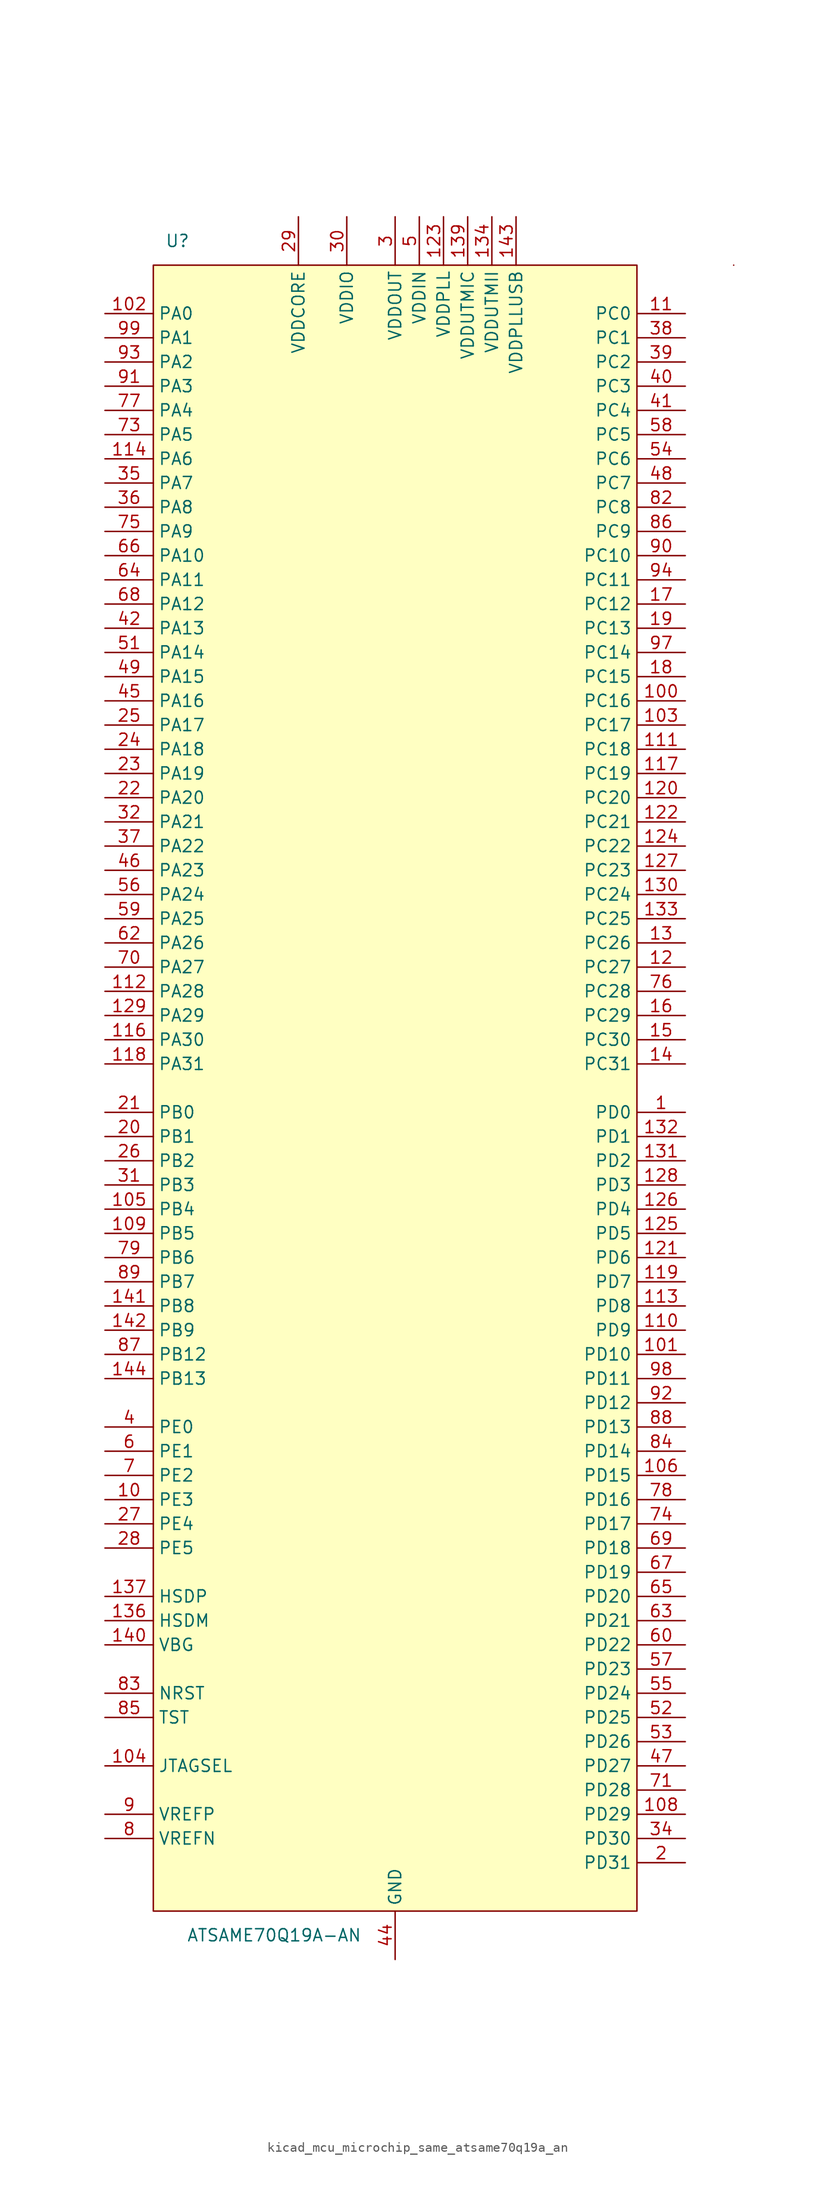
<source format=kicad_sym>
(kicad_symbol_lib
  (version 20220914)
  (generator kicad_symbol_editor)
  (symbol "kicad_mcu_microchip_same_atsame70q19a_an"
    (property "Reference" "U"
      (at -22.86 88.9 0)
      (effects (font (size 1.27 1.27))))
    (property "Value" "ATSAME70Q19A-AN"
      (at -12.7 -88.9 0)
      (effects (font (size 1.27 1.27))))
    (symbol "kicad_mcu_microchip_same_atsame70q19a_an_0_1"
      (rectangle (start 25.4 86.36) (end -25.4 -86.36) (stroke (width 0) (type default)) (fill (type background)))
      (rectangle (start 35.56 86.36) (end 35.56 86.36) (stroke (width 0) (type default)) (fill (type none))))
    (symbol "kicad_mcu_microchip_same_atsame70q19a_an_1_1"
      (pin bidirectional line (at 30.48 -2.54 180) (length 5.08) (name "PD0" (effects (font (size 1.27 1.27)))) (number "1" (effects (font (size 1.27 1.27)))))
      (pin bidirectional line (at -30.48 -43.18 0) (length 5.08) (name "PE3" (effects (font (size 1.27 1.27)))) (number "10" (effects (font (size 1.27 1.27)))))
      (pin bidirectional line (at 30.48 40.64 180) (length 5.08) (name "PC16" (effects (font (size 1.27 1.27)))) (number "100" (effects (font (size 1.27 1.27)))))
      (pin bidirectional line (at 30.48 -27.94 180) (length 5.08) (name "PD10" (effects (font (size 1.27 1.27)))) (number "101" (effects (font (size 1.27 1.27)))))
      (pin bidirectional line (at -30.48 81.28 0) (length 5.08) (name "PA0" (effects (font (size 1.27 1.27)))) (number "102" (effects (font (size 1.27 1.27)))))
      (pin bidirectional line (at 30.48 38.1 180) (length 5.08) (name "PC17" (effects (font (size 1.27 1.27)))) (number "103" (effects (font (size 1.27 1.27)))))
      (pin input line (at -30.48 -71.12 0) (length 5.08) (name "JTAGSEL" (effects (font (size 1.27 1.27)))) (number "104" (effects (font (size 1.27 1.27)))))
      (pin bidirectional line (at -30.48 -12.7 0) (length 5.08) (name "PB4" (effects (font (size 1.27 1.27)))) (number "105" (effects (font (size 1.27 1.27)))))
      (pin bidirectional line (at 30.48 -40.64 180) (length 5.08) (name "PD15" (effects (font (size 1.27 1.27)))) (number "106" (effects (font (size 1.27 1.27)))))
      (pin passive line (at -10.16 91.44 270) (length 5.08) hide (name "VDDCORE" (effects (font (size 1.27 1.27)))) (number "107" (effects (font (size 1.27 1.27)))))
      (pin bidirectional line (at 30.48 -76.2 180) (length 5.08) (name "PD29" (effects (font (size 1.27 1.27)))) (number "108" (effects (font (size 1.27 1.27)))))
      (pin bidirectional line (at -30.48 -15.24 0) (length 5.08) (name "PB5" (effects (font (size 1.27 1.27)))) (number "109" (effects (font (size 1.27 1.27)))))
      (pin bidirectional line (at 30.48 81.28 180) (length 5.08) (name "PC0" (effects (font (size 1.27 1.27)))) (number "11" (effects (font (size 1.27 1.27)))))
      (pin bidirectional line (at 30.48 -25.4 180) (length 5.08) (name "PD9" (effects (font (size 1.27 1.27)))) (number "110" (effects (font (size 1.27 1.27)))))
      (pin bidirectional line (at 30.48 35.56 180) (length 5.08) (name "PC18" (effects (font (size 1.27 1.27)))) (number "111" (effects (font (size 1.27 1.27)))))
      (pin bidirectional line (at -30.48 10.16 0) (length 5.08) (name "PA28" (effects (font (size 1.27 1.27)))) (number "112" (effects (font (size 1.27 1.27)))))
      (pin bidirectional line (at 30.48 -22.86 180) (length 5.08) (name "PD8" (effects (font (size 1.27 1.27)))) (number "113" (effects (font (size 1.27 1.27)))))
      (pin bidirectional line (at -30.48 66.04 0) (length 5.08) (name "PA6" (effects (font (size 1.27 1.27)))) (number "114" (effects (font (size 1.27 1.27)))))
      (pin passive line (at 0 -91.44 90) (length 5.08) hide (name "GND" (effects (font (size 1.27 1.27)))) (number "115" (effects (font (size 1.27 1.27)))))
      (pin bidirectional line (at -30.48 5.08 0) (length 5.08) (name "PA30" (effects (font (size 1.27 1.27)))) (number "116" (effects (font (size 1.27 1.27)))))
      (pin bidirectional line (at 30.48 33.02 180) (length 5.08) (name "PC19" (effects (font (size 1.27 1.27)))) (number "117" (effects (font (size 1.27 1.27)))))
      (pin bidirectional line (at -30.48 2.54 0) (length 5.08) (name "PA31" (effects (font (size 1.27 1.27)))) (number "118" (effects (font (size 1.27 1.27)))))
      (pin bidirectional line (at 30.48 -20.32 180) (length 5.08) (name "PD7" (effects (font (size 1.27 1.27)))) (number "119" (effects (font (size 1.27 1.27)))))
      (pin bidirectional line (at 30.48 12.7 180) (length 5.08) (name "PC27" (effects (font (size 1.27 1.27)))) (number "12" (effects (font (size 1.27 1.27)))))
      (pin bidirectional line (at 30.48 30.48 180) (length 5.08) (name "PC20" (effects (font (size 1.27 1.27)))) (number "120" (effects (font (size 1.27 1.27)))))
      (pin bidirectional line (at 30.48 -17.78 180) (length 5.08) (name "PD6" (effects (font (size 1.27 1.27)))) (number "121" (effects (font (size 1.27 1.27)))))
      (pin bidirectional line (at 30.48 27.94 180) (length 5.08) (name "PC21" (effects (font (size 1.27 1.27)))) (number "122" (effects (font (size 1.27 1.27)))))
      (pin power_in line (at 5.08 91.44 270) (length 5.08) (name "VDDPLL" (effects (font (size 1.27 1.27)))) (number "123" (effects (font (size 1.27 1.27)))))
      (pin bidirectional line (at 30.48 25.4 180) (length 5.08) (name "PC22" (effects (font (size 1.27 1.27)))) (number "124" (effects (font (size 1.27 1.27)))))
      (pin bidirectional line (at 30.48 -15.24 180) (length 5.08) (name "PD5" (effects (font (size 1.27 1.27)))) (number "125" (effects (font (size 1.27 1.27)))))
      (pin bidirectional line (at 30.48 -12.7 180) (length 5.08) (name "PD4" (effects (font (size 1.27 1.27)))) (number "126" (effects (font (size 1.27 1.27)))))
      (pin bidirectional line (at 30.48 22.86 180) (length 5.08) (name "PC23" (effects (font (size 1.27 1.27)))) (number "127" (effects (font (size 1.27 1.27)))))
      (pin bidirectional line (at 30.48 -10.16 180) (length 5.08) (name "PD3" (effects (font (size 1.27 1.27)))) (number "128" (effects (font (size 1.27 1.27)))))
      (pin bidirectional line (at -30.48 7.62 0) (length 5.08) (name "PA29" (effects (font (size 1.27 1.27)))) (number "129" (effects (font (size 1.27 1.27)))))
      (pin bidirectional line (at 30.48 15.24 180) (length 5.08) (name "PC26" (effects (font (size 1.27 1.27)))) (number "13" (effects (font (size 1.27 1.27)))))
      (pin bidirectional line (at 30.48 20.32 180) (length 5.08) (name "PC24" (effects (font (size 1.27 1.27)))) (number "130" (effects (font (size 1.27 1.27)))))
      (pin bidirectional line (at 30.48 -7.62 180) (length 5.08) (name "PD2" (effects (font (size 1.27 1.27)))) (number "131" (effects (font (size 1.27 1.27)))))
      (pin bidirectional line (at 30.48 -5.08 180) (length 5.08) (name "PD1" (effects (font (size 1.27 1.27)))) (number "132" (effects (font (size 1.27 1.27)))))
      (pin bidirectional line (at 30.48 17.78 180) (length 5.08) (name "PC25" (effects (font (size 1.27 1.27)))) (number "133" (effects (font (size 1.27 1.27)))))
      (pin power_in line (at 10.16 91.44 270) (length 5.08) (name "VDDUTMII" (effects (font (size 1.27 1.27)))) (number "134" (effects (font (size 1.27 1.27)))))
      (pin passive line (at 0 -91.44 90) (length 5.08) hide (name "GND" (effects (font (size 1.27 1.27)))) (number "135" (effects (font (size 1.27 1.27)))))
      (pin bidirectional line (at -30.48 -55.88 0) (length 5.08) (name "HSDM" (effects (font (size 1.27 1.27)))) (number "136" (effects (font (size 1.27 1.27)))))
      (pin bidirectional line (at -30.48 -53.34 0) (length 5.08) (name "HSDP" (effects (font (size 1.27 1.27)))) (number "137" (effects (font (size 1.27 1.27)))))
      (pin passive line (at 0 -91.44 90) (length 5.08) hide (name "GND" (effects (font (size 1.27 1.27)))) (number "138" (effects (font (size 1.27 1.27)))))
      (pin power_in line (at 7.62 91.44 270) (length 5.08) (name "VDDUTMIC" (effects (font (size 1.27 1.27)))) (number "139" (effects (font (size 1.27 1.27)))))
      (pin bidirectional line (at 30.48 2.54 180) (length 5.08) (name "PC31" (effects (font (size 1.27 1.27)))) (number "14" (effects (font (size 1.27 1.27)))))
      (pin input line (at -30.48 -58.42 0) (length 5.08) (name "VBG" (effects (font (size 1.27 1.27)))) (number "140" (effects (font (size 1.27 1.27)))))
      (pin bidirectional line (at -30.48 -22.86 0) (length 5.08) (name "PB8" (effects (font (size 1.27 1.27)))) (number "141" (effects (font (size 1.27 1.27)))))
      (pin bidirectional line (at -30.48 -25.4 0) (length 5.08) (name "PB9" (effects (font (size 1.27 1.27)))) (number "142" (effects (font (size 1.27 1.27)))))
      (pin power_in line (at 12.7 91.44 270) (length 5.08) (name "VDDPLLUSB" (effects (font (size 1.27 1.27)))) (number "143" (effects (font (size 1.27 1.27)))))
      (pin bidirectional line (at -30.48 -30.48 0) (length 5.08) (name "PB13" (effects (font (size 1.27 1.27)))) (number "144" (effects (font (size 1.27 1.27)))))
      (pin bidirectional line (at 30.48 5.08 180) (length 5.08) (name "PC30" (effects (font (size 1.27 1.27)))) (number "15" (effects (font (size 1.27 1.27)))))
      (pin bidirectional line (at 30.48 7.62 180) (length 5.08) (name "PC29" (effects (font (size 1.27 1.27)))) (number "16" (effects (font (size 1.27 1.27)))))
      (pin bidirectional line (at 30.48 50.8 180) (length 5.08) (name "PC12" (effects (font (size 1.27 1.27)))) (number "17" (effects (font (size 1.27 1.27)))))
      (pin bidirectional line (at 30.48 43.18 180) (length 5.08) (name "PC15" (effects (font (size 1.27 1.27)))) (number "18" (effects (font (size 1.27 1.27)))))
      (pin bidirectional line (at 30.48 48.26 180) (length 5.08) (name "PC13" (effects (font (size 1.27 1.27)))) (number "19" (effects (font (size 1.27 1.27)))))
      (pin bidirectional line (at 30.48 -81.28 180) (length 5.08) (name "PD31" (effects (font (size 1.27 1.27)))) (number "2" (effects (font (size 1.27 1.27)))))
      (pin bidirectional line (at -30.48 -5.08 0) (length 5.08) (name "PB1" (effects (font (size 1.27 1.27)))) (number "20" (effects (font (size 1.27 1.27)))))
      (pin bidirectional line (at -30.48 -2.54 0) (length 5.08) (name "PB0" (effects (font (size 1.27 1.27)))) (number "21" (effects (font (size 1.27 1.27)))))
      (pin bidirectional line (at -30.48 30.48 0) (length 5.08) (name "PA20" (effects (font (size 1.27 1.27)))) (number "22" (effects (font (size 1.27 1.27)))))
      (pin bidirectional line (at -30.48 33.02 0) (length 5.08) (name "PA19" (effects (font (size 1.27 1.27)))) (number "23" (effects (font (size 1.27 1.27)))))
      (pin bidirectional line (at -30.48 35.56 0) (length 5.08) (name "PA18" (effects (font (size 1.27 1.27)))) (number "24" (effects (font (size 1.27 1.27)))))
      (pin bidirectional line (at -30.48 38.1 0) (length 5.08) (name "PA17" (effects (font (size 1.27 1.27)))) (number "25" (effects (font (size 1.27 1.27)))))
      (pin bidirectional line (at -30.48 -7.62 0) (length 5.08) (name "PB2" (effects (font (size 1.27 1.27)))) (number "26" (effects (font (size 1.27 1.27)))))
      (pin bidirectional line (at -30.48 -45.72 0) (length 5.08) (name "PE4" (effects (font (size 1.27 1.27)))) (number "27" (effects (font (size 1.27 1.27)))))
      (pin bidirectional line (at -30.48 -48.26 0) (length 5.08) (name "PE5" (effects (font (size 1.27 1.27)))) (number "28" (effects (font (size 1.27 1.27)))))
      (pin power_in line (at -10.16 91.44 270) (length 5.08) (name "VDDCORE" (effects (font (size 1.27 1.27)))) (number "29" (effects (font (size 1.27 1.27)))))
      (pin power_in line (at 0 91.44 270) (length 5.08) (name "VDDOUT" (effects (font (size 1.27 1.27)))) (number "3" (effects (font (size 1.27 1.27)))))
      (pin power_in line (at -5.08 91.44 270) (length 5.08) (name "VDDIO" (effects (font (size 1.27 1.27)))) (number "30" (effects (font (size 1.27 1.27)))))
      (pin bidirectional line (at -30.48 -10.16 0) (length 5.08) (name "PB3" (effects (font (size 1.27 1.27)))) (number "31" (effects (font (size 1.27 1.27)))))
      (pin bidirectional line (at -30.48 27.94 0) (length 5.08) (name "PA21" (effects (font (size 1.27 1.27)))) (number "32" (effects (font (size 1.27 1.27)))))
      (pin passive line (at -10.16 91.44 270) (length 5.08) hide (name "VDDCORE" (effects (font (size 1.27 1.27)))) (number "33" (effects (font (size 1.27 1.27)))))
      (pin bidirectional line (at 30.48 -78.74 180) (length 5.08) (name "PD30" (effects (font (size 1.27 1.27)))) (number "34" (effects (font (size 1.27 1.27)))))
      (pin bidirectional line (at -30.48 63.5 0) (length 5.08) (name "PA7" (effects (font (size 1.27 1.27)))) (number "35" (effects (font (size 1.27 1.27)))))
      (pin bidirectional line (at -30.48 60.96 0) (length 5.08) (name "PA8" (effects (font (size 1.27 1.27)))) (number "36" (effects (font (size 1.27 1.27)))))
      (pin bidirectional line (at -30.48 25.4 0) (length 5.08) (name "PA22" (effects (font (size 1.27 1.27)))) (number "37" (effects (font (size 1.27 1.27)))))
      (pin bidirectional line (at 30.48 78.74 180) (length 5.08) (name "PC1" (effects (font (size 1.27 1.27)))) (number "38" (effects (font (size 1.27 1.27)))))
      (pin bidirectional line (at 30.48 76.2 180) (length 5.08) (name "PC2" (effects (font (size 1.27 1.27)))) (number "39" (effects (font (size 1.27 1.27)))))
      (pin bidirectional line (at -30.48 -35.56 0) (length 5.08) (name "PE0" (effects (font (size 1.27 1.27)))) (number "4" (effects (font (size 1.27 1.27)))))
      (pin bidirectional line (at 30.48 73.66 180) (length 5.08) (name "PC3" (effects (font (size 1.27 1.27)))) (number "40" (effects (font (size 1.27 1.27)))))
      (pin bidirectional line (at 30.48 71.12 180) (length 5.08) (name "PC4" (effects (font (size 1.27 1.27)))) (number "41" (effects (font (size 1.27 1.27)))))
      (pin bidirectional line (at -30.48 48.26 0) (length 5.08) (name "PA13" (effects (font (size 1.27 1.27)))) (number "42" (effects (font (size 1.27 1.27)))))
      (pin passive line (at -5.08 91.44 270) (length 5.08) hide (name "VDDIO" (effects (font (size 1.27 1.27)))) (number "43" (effects (font (size 1.27 1.27)))))
      (pin power_in line (at 0 -91.44 90) (length 5.08) (name "GND" (effects (font (size 1.27 1.27)))) (number "44" (effects (font (size 1.27 1.27)))))
      (pin bidirectional line (at -30.48 40.64 0) (length 5.08) (name "PA16" (effects (font (size 1.27 1.27)))) (number "45" (effects (font (size 1.27 1.27)))))
      (pin bidirectional line (at -30.48 22.86 0) (length 5.08) (name "PA23" (effects (font (size 1.27 1.27)))) (number "46" (effects (font (size 1.27 1.27)))))
      (pin bidirectional line (at 30.48 -71.12 180) (length 5.08) (name "PD27" (effects (font (size 1.27 1.27)))) (number "47" (effects (font (size 1.27 1.27)))))
      (pin bidirectional line (at 30.48 63.5 180) (length 5.08) (name "PC7" (effects (font (size 1.27 1.27)))) (number "48" (effects (font (size 1.27 1.27)))))
      (pin bidirectional line (at -30.48 43.18 0) (length 5.08) (name "PA15" (effects (font (size 1.27 1.27)))) (number "49" (effects (font (size 1.27 1.27)))))
      (pin power_in line (at 2.54 91.44 270) (length 5.08) (name "VDDIN" (effects (font (size 1.27 1.27)))) (number "5" (effects (font (size 1.27 1.27)))))
      (pin passive line (at -10.16 91.44 270) (length 5.08) hide (name "VDDCORE" (effects (font (size 1.27 1.27)))) (number "50" (effects (font (size 1.27 1.27)))))
      (pin bidirectional line (at -30.48 45.72 0) (length 5.08) (name "PA14" (effects (font (size 1.27 1.27)))) (number "51" (effects (font (size 1.27 1.27)))))
      (pin bidirectional line (at 30.48 -66.04 180) (length 5.08) (name "PD25" (effects (font (size 1.27 1.27)))) (number "52" (effects (font (size 1.27 1.27)))))
      (pin bidirectional line (at 30.48 -68.58 180) (length 5.08) (name "PD26" (effects (font (size 1.27 1.27)))) (number "53" (effects (font (size 1.27 1.27)))))
      (pin bidirectional line (at 30.48 66.04 180) (length 5.08) (name "PC6" (effects (font (size 1.27 1.27)))) (number "54" (effects (font (size 1.27 1.27)))))
      (pin bidirectional line (at 30.48 -63.5 180) (length 5.08) (name "PD24" (effects (font (size 1.27 1.27)))) (number "55" (effects (font (size 1.27 1.27)))))
      (pin bidirectional line (at -30.48 20.32 0) (length 5.08) (name "PA24" (effects (font (size 1.27 1.27)))) (number "56" (effects (font (size 1.27 1.27)))))
      (pin bidirectional line (at 30.48 -60.96 180) (length 5.08) (name "PD23" (effects (font (size 1.27 1.27)))) (number "57" (effects (font (size 1.27 1.27)))))
      (pin bidirectional line (at 30.48 68.58 180) (length 5.08) (name "PC5" (effects (font (size 1.27 1.27)))) (number "58" (effects (font (size 1.27 1.27)))))
      (pin bidirectional line (at -30.48 17.78 0) (length 5.08) (name "PA25" (effects (font (size 1.27 1.27)))) (number "59" (effects (font (size 1.27 1.27)))))
      (pin bidirectional line (at -30.48 -38.1 0) (length 5.08) (name "PE1" (effects (font (size 1.27 1.27)))) (number "6" (effects (font (size 1.27 1.27)))))
      (pin bidirectional line (at 30.48 -58.42 180) (length 5.08) (name "PD22" (effects (font (size 1.27 1.27)))) (number "60" (effects (font (size 1.27 1.27)))))
      (pin passive line (at 0 -91.44 90) (length 5.08) hide (name "GND" (effects (font (size 1.27 1.27)))) (number "61" (effects (font (size 1.27 1.27)))))
      (pin bidirectional line (at -30.48 15.24 0) (length 5.08) (name "PA26" (effects (font (size 1.27 1.27)))) (number "62" (effects (font (size 1.27 1.27)))))
      (pin bidirectional line (at 30.48 -55.88 180) (length 5.08) (name "PD21" (effects (font (size 1.27 1.27)))) (number "63" (effects (font (size 1.27 1.27)))))
      (pin bidirectional line (at -30.48 53.34 0) (length 5.08) (name "PA11" (effects (font (size 1.27 1.27)))) (number "64" (effects (font (size 1.27 1.27)))))
      (pin bidirectional line (at 30.48 -53.34 180) (length 5.08) (name "PD20" (effects (font (size 1.27 1.27)))) (number "65" (effects (font (size 1.27 1.27)))))
      (pin bidirectional line (at -30.48 55.88 0) (length 5.08) (name "PA10" (effects (font (size 1.27 1.27)))) (number "66" (effects (font (size 1.27 1.27)))))
      (pin bidirectional line (at 30.48 -50.8 180) (length 5.08) (name "PD19" (effects (font (size 1.27 1.27)))) (number "67" (effects (font (size 1.27 1.27)))))
      (pin bidirectional line (at -30.48 50.8 0) (length 5.08) (name "PA12" (effects (font (size 1.27 1.27)))) (number "68" (effects (font (size 1.27 1.27)))))
      (pin bidirectional line (at 30.48 -48.26 180) (length 5.08) (name "PD18" (effects (font (size 1.27 1.27)))) (number "69" (effects (font (size 1.27 1.27)))))
      (pin bidirectional line (at -30.48 -40.64 0) (length 5.08) (name "PE2" (effects (font (size 1.27 1.27)))) (number "7" (effects (font (size 1.27 1.27)))))
      (pin bidirectional line (at -30.48 12.7 0) (length 5.08) (name "PA27" (effects (font (size 1.27 1.27)))) (number "70" (effects (font (size 1.27 1.27)))))
      (pin bidirectional line (at 30.48 -73.66 180) (length 5.08) (name "PD28" (effects (font (size 1.27 1.27)))) (number "71" (effects (font (size 1.27 1.27)))))
      (pin passive line (at -5.08 91.44 270) (length 5.08) hide (name "VDDIO" (effects (font (size 1.27 1.27)))) (number "72" (effects (font (size 1.27 1.27)))))
      (pin bidirectional line (at -30.48 68.58 0) (length 5.08) (name "PA5" (effects (font (size 1.27 1.27)))) (number "73" (effects (font (size 1.27 1.27)))))
      (pin bidirectional line (at 30.48 -45.72 180) (length 5.08) (name "PD17" (effects (font (size 1.27 1.27)))) (number "74" (effects (font (size 1.27 1.27)))))
      (pin bidirectional line (at -30.48 58.42 0) (length 5.08) (name "PA9" (effects (font (size 1.27 1.27)))) (number "75" (effects (font (size 1.27 1.27)))))
      (pin bidirectional line (at 30.48 10.16 180) (length 5.08) (name "PC28" (effects (font (size 1.27 1.27)))) (number "76" (effects (font (size 1.27 1.27)))))
      (pin bidirectional line (at -30.48 71.12 0) (length 5.08) (name "PA4" (effects (font (size 1.27 1.27)))) (number "77" (effects (font (size 1.27 1.27)))))
      (pin bidirectional line (at 30.48 -43.18 180) (length 5.08) (name "PD16" (effects (font (size 1.27 1.27)))) (number "78" (effects (font (size 1.27 1.27)))))
      (pin bidirectional line (at -30.48 -17.78 0) (length 5.08) (name "PB6" (effects (font (size 1.27 1.27)))) (number "79" (effects (font (size 1.27 1.27)))))
      (pin bidirectional line (at -30.48 -78.74 0) (length 5.08) (name "VREFN" (effects (font (size 1.27 1.27)))) (number "8" (effects (font (size 1.27 1.27)))))
      (pin passive line (at -5.08 91.44 270) (length 5.08) hide (name "VDDIO" (effects (font (size 1.27 1.27)))) (number "80" (effects (font (size 1.27 1.27)))))
      (pin passive line (at -10.16 91.44 270) (length 5.08) hide (name "VDDCORE" (effects (font (size 1.27 1.27)))) (number "81" (effects (font (size 1.27 1.27)))))
      (pin bidirectional line (at 30.48 60.96 180) (length 5.08) (name "PC8" (effects (font (size 1.27 1.27)))) (number "82" (effects (font (size 1.27 1.27)))))
      (pin bidirectional line (at -30.48 -63.5 0) (length 5.08) (name "NRST" (effects (font (size 1.27 1.27)))) (number "83" (effects (font (size 1.27 1.27)))))
      (pin bidirectional line (at 30.48 -38.1 180) (length 5.08) (name "PD14" (effects (font (size 1.27 1.27)))) (number "84" (effects (font (size 1.27 1.27)))))
      (pin input line (at -30.48 -66.04 0) (length 5.08) (name "TST" (effects (font (size 1.27 1.27)))) (number "85" (effects (font (size 1.27 1.27)))))
      (pin bidirectional line (at 30.48 58.42 180) (length 5.08) (name "PC9" (effects (font (size 1.27 1.27)))) (number "86" (effects (font (size 1.27 1.27)))))
      (pin bidirectional line (at -30.48 -27.94 0) (length 5.08) (name "PB12" (effects (font (size 1.27 1.27)))) (number "87" (effects (font (size 1.27 1.27)))))
      (pin bidirectional line (at 30.48 -35.56 180) (length 5.08) (name "PD13" (effects (font (size 1.27 1.27)))) (number "88" (effects (font (size 1.27 1.27)))))
      (pin bidirectional line (at -30.48 -20.32 0) (length 5.08) (name "PB7" (effects (font (size 1.27 1.27)))) (number "89" (effects (font (size 1.27 1.27)))))
      (pin input line (at -30.48 -76.2 0) (length 5.08) (name "VREFP" (effects (font (size 1.27 1.27)))) (number "9" (effects (font (size 1.27 1.27)))))
      (pin bidirectional line (at 30.48 55.88 180) (length 5.08) (name "PC10" (effects (font (size 1.27 1.27)))) (number "90" (effects (font (size 1.27 1.27)))))
      (pin bidirectional line (at -30.48 73.66 0) (length 5.08) (name "PA3" (effects (font (size 1.27 1.27)))) (number "91" (effects (font (size 1.27 1.27)))))
      (pin bidirectional line (at 30.48 -33.02 180) (length 5.08) (name "PD12" (effects (font (size 1.27 1.27)))) (number "92" (effects (font (size 1.27 1.27)))))
      (pin bidirectional line (at -30.48 76.2 0) (length 5.08) (name "PA2" (effects (font (size 1.27 1.27)))) (number "93" (effects (font (size 1.27 1.27)))))
      (pin bidirectional line (at 30.48 53.34 180) (length 5.08) (name "PC11" (effects (font (size 1.27 1.27)))) (number "94" (effects (font (size 1.27 1.27)))))
      (pin passive line (at 0 -91.44 90) (length 5.08) hide (name "GND" (effects (font (size 1.27 1.27)))) (number "95" (effects (font (size 1.27 1.27)))))
      (pin passive line (at -5.08 91.44 270) (length 5.08) hide (name "VDDIO" (effects (font (size 1.27 1.27)))) (number "96" (effects (font (size 1.27 1.27)))))
      (pin bidirectional line (at 30.48 45.72 180) (length 5.08) (name "PC14" (effects (font (size 1.27 1.27)))) (number "97" (effects (font (size 1.27 1.27)))))
      (pin bidirectional line (at 30.48 -30.48 180) (length 5.08) (name "PD11" (effects (font (size 1.27 1.27)))) (number "98" (effects (font (size 1.27 1.27)))))
      (pin bidirectional line (at -30.48 78.74 0) (length 5.08) (name "PA1" (effects (font (size 1.27 1.27)))) (number "99" (effects (font (size 1.27 1.27))))))))
</source>
